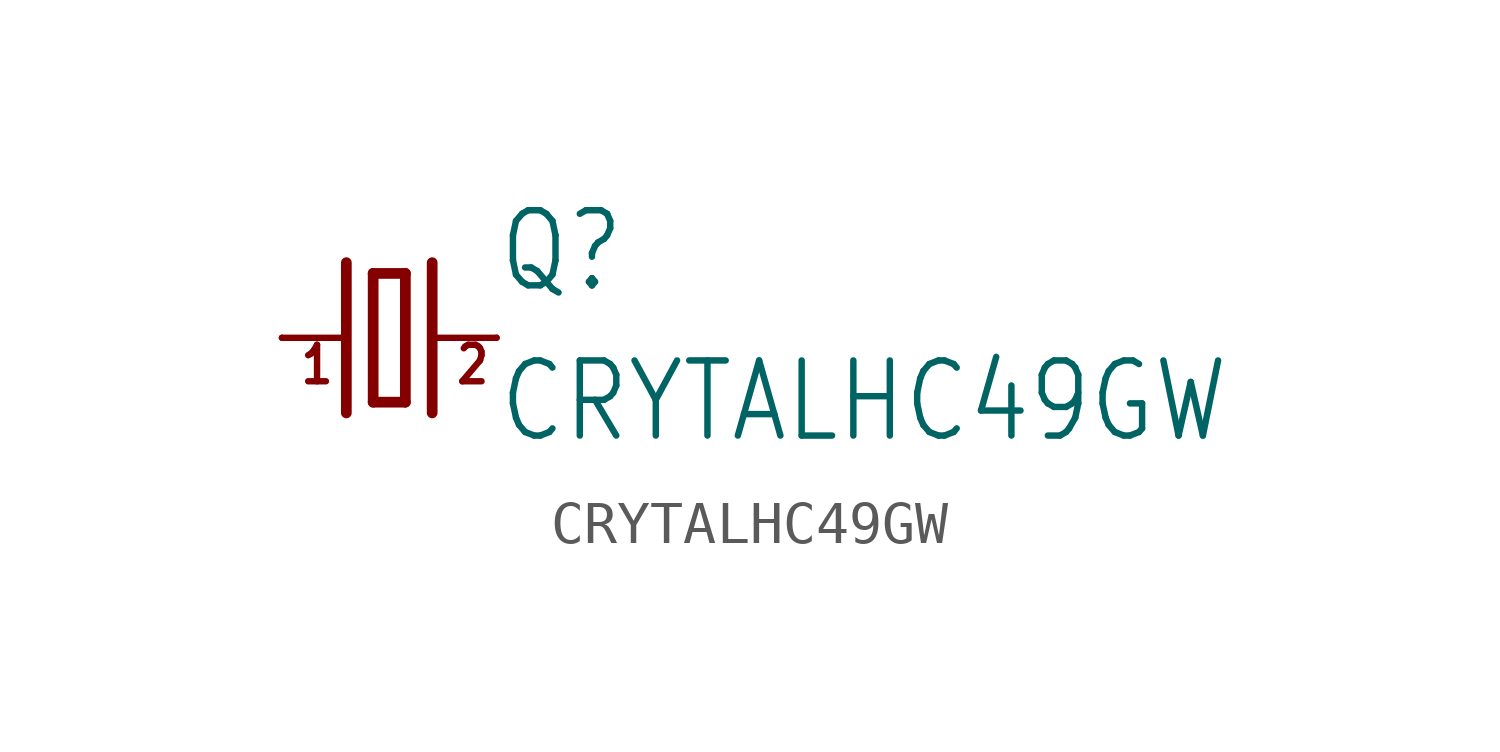
<source format=kicad_sym>
(kicad_symbol_lib
  (version 20211014)
  (generator kicad_symbol_editor)
  (symbol "CRYTALHC49GW"
    (property "Reference" "Q"
      (at 2.54 1.016 0)
      (effects (font (size 1.778 1.511)) (justify left bottom)))
    (property "Value" "CRYTALHC49GW"
      (at 2.54 -2.54 0)
      (effects (font (size 1.778 1.511)) (justify left bottom)))
    (property "ki_locked" ""
      (at 0 0 0)
      (effects (font (size 1.27 1.27))))
    (symbol "CRYTALHC49GW_1_0"
      (polyline (pts (xy -2.54 0) (xy -1.016 0)) (stroke (width 0.152) (type default) (color 0 0 0 0)) (fill (type none)))
      (polyline (pts (xy -1.016 1.778) (xy -1.016 -1.778)) (stroke (width 0.254) (type default) (color 0 0 0 0)) (fill (type none)))
      (polyline (pts (xy -0.381 -1.524) (xy 0.381 -1.524)) (stroke (width 0.254) (type default) (color 0 0 0 0)) (fill (type none)))
      (polyline (pts (xy -0.381 1.524) (xy -0.381 -1.524)) (stroke (width 0.254) (type default) (color 0 0 0 0)) (fill (type none)))
      (polyline (pts (xy 0.381 -1.524) (xy 0.381 1.524)) (stroke (width 0.254) (type default) (color 0 0 0 0)) (fill (type none)))
      (polyline (pts (xy 0.381 1.524) (xy -0.381 1.524)) (stroke (width 0.254) (type default) (color 0 0 0 0)) (fill (type none)))
      (polyline (pts (xy 1.016 0) (xy 2.54 0)) (stroke (width 0.152) (type default) (color 0 0 0 0)) (fill (type none)))
      (polyline (pts (xy 1.016 1.778) (xy 1.016 -1.778)) (stroke (width 0.254) (type default) (color 0 0 0 0)) (fill (type none)))
      (text "1" (at -2.159 -1.143 0) (effects (font (size 0.864 0.734)) (justify left bottom)))
      (text "2" (at 1.524 -1.143 0) (effects (font (size 0.864 0.734)) (justify left bottom)))
      (pin passive line (at -2.54 0 0) (length 0) (name "1" (effects (font (size 0 0)))) (number "1" (effects (font (size 0 0)))))
      (pin passive line (at 2.54 0 180) (length 0) (name "2" (effects (font (size 0 0)))) (number "2" (effects (font (size 0 0))))))))
</source>
